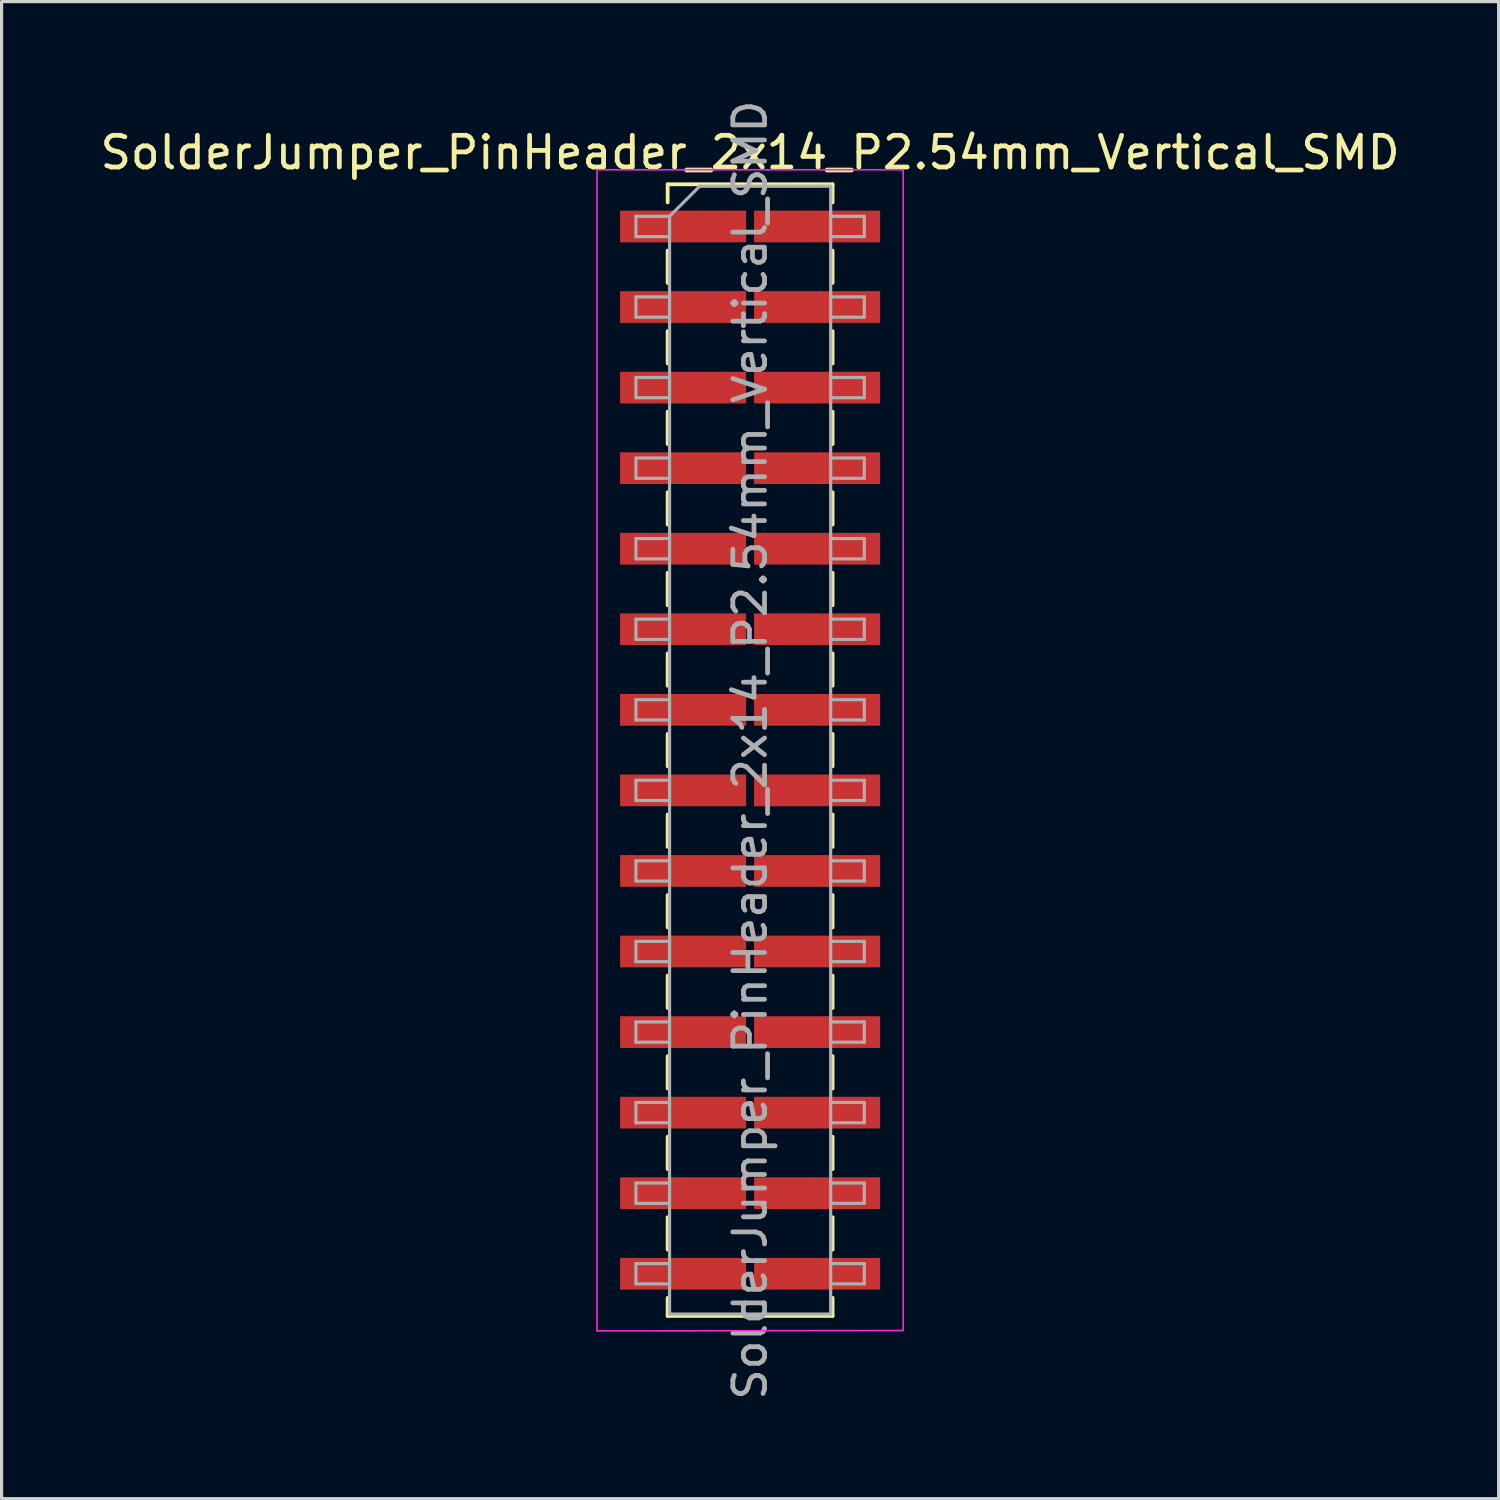
<source format=kicad_pcb>
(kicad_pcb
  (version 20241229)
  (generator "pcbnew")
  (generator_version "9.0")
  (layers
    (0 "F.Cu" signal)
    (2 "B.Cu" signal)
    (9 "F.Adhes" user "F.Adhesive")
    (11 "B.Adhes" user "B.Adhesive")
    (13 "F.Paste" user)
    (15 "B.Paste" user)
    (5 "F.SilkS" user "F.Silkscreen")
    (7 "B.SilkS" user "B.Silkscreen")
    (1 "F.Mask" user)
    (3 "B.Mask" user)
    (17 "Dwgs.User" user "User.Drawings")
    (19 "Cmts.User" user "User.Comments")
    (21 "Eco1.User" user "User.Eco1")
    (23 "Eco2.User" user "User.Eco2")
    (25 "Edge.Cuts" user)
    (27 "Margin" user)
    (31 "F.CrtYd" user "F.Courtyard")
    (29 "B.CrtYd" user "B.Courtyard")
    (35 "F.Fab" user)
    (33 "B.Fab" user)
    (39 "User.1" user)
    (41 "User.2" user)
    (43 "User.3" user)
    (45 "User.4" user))
  (footprint "SolderJumper_PinHeader_2x14_P2.54mm_Vertical_SMD"
    (layer "F.Cu")
    (at 20.601 20.601)
    (property "Reference" "SolderJumper_PinHeader_2x14_P2.54mm_Vertical_SMD" (at 0 -18.84 0) (layer "F.SilkS") (effects (font (size 1 1) (thickness 0.15))))
    (attr smd)
    (fp_line (start -2.6 -17.84) (end -2.6 -17.27) (stroke (width 0.12) (type solid)) (layer "F.SilkS"))
    (fp_line (start -2.6 -17.84) (end 2.6 -17.84) (stroke (width 0.12) (type solid)) (layer "F.SilkS"))
    (fp_line (start -2.6 -15.75) (end -2.6 -14.73) (stroke (width 0.12) (type solid)) (layer "F.SilkS"))
    (fp_line (start -2.6 -13.21) (end -2.6 -12.19) (stroke (width 0.12) (type solid)) (layer "F.SilkS"))
    (fp_line (start -2.6 -10.67) (end -2.6 -9.65) (stroke (width 0.12) (type solid)) (layer "F.SilkS"))
    (fp_line (start -2.6 -8.13) (end -2.6 -7.11) (stroke (width 0.12) (type solid)) (layer "F.SilkS"))
    (fp_line (start -2.6 -5.59) (end -2.6 -4.57) (stroke (width 0.12) (type solid)) (layer "F.SilkS"))
    (fp_line (start -2.6 -3.05) (end -2.6 -2.03) (stroke (width 0.12) (type solid)) (layer "F.SilkS"))
    (fp_line (start -2.6 -0.51) (end -2.6 0.51) (stroke (width 0.12) (type solid)) (layer "F.SilkS"))
    (fp_line (start -2.6 2.03) (end -2.6 3.05) (stroke (width 0.12) (type solid)) (layer "F.SilkS"))
    (fp_line (start -2.6 4.57) (end -2.6 5.59) (stroke (width 0.12) (type solid)) (layer "F.SilkS"))
    (fp_line (start -2.6 7.11) (end -2.6 8.13) (stroke (width 0.12) (type solid)) (layer "F.SilkS"))
    (fp_line (start -2.6 9.65) (end -2.6 10.67) (stroke (width 0.12) (type solid)) (layer "F.SilkS"))
    (fp_line (start -2.6 12.19) (end -2.6 13.21) (stroke (width 0.12) (type solid)) (layer "F.SilkS"))
    (fp_line (start -2.6 14.73) (end -2.6 15.75) (stroke (width 0.12) (type solid)) (layer "F.SilkS"))
    (fp_line (start -2.6 17.27) (end -2.6 17.84) (stroke (width 0.12) (type solid)) (layer "F.SilkS"))
    (fp_line (start -2.6 17.84) (end 2.6 17.84) (stroke (width 0.12) (type solid)) (layer "F.SilkS"))
    (fp_line (start 2.6 -17.84) (end 2.6 -17.27) (stroke (width 0.12) (type solid)) (layer "F.SilkS"))
    (fp_line (start 2.6 -15.75) (end 2.6 -14.73) (stroke (width 0.12) (type solid)) (layer "F.SilkS"))
    (fp_line (start 2.6 -13.21) (end 2.6 -12.19) (stroke (width 0.12) (type solid)) (layer "F.SilkS"))
    (fp_line (start 2.6 -10.67) (end 2.6 -9.65) (stroke (width 0.12) (type solid)) (layer "F.SilkS"))
    (fp_line (start 2.6 -8.13) (end 2.6 -7.11) (stroke (width 0.12) (type solid)) (layer "F.SilkS"))
    (fp_line (start 2.6 -5.59) (end 2.6 -4.57) (stroke (width 0.12) (type solid)) (layer "F.SilkS"))
    (fp_line (start 2.6 -3.05) (end 2.6 -2.03) (stroke (width 0.12) (type solid)) (layer "F.SilkS"))
    (fp_line (start 2.6 -0.51) (end 2.6 0.51) (stroke (width 0.12) (type solid)) (layer "F.SilkS"))
    (fp_line (start 2.6 2.03) (end 2.6 3.05) (stroke (width 0.12) (type solid)) (layer "F.SilkS"))
    (fp_line (start 2.6 4.57) (end 2.6 5.59) (stroke (width 0.12) (type solid)) (layer "F.SilkS"))
    (fp_line (start 2.6 7.11) (end 2.6 8.13) (stroke (width 0.12) (type solid)) (layer "F.SilkS"))
    (fp_line (start 2.6 9.65) (end 2.6 10.67) (stroke (width 0.12) (type solid)) (layer "F.SilkS"))
    (fp_line (start 2.6 12.19) (end 2.6 13.21) (stroke (width 0.12) (type solid)) (layer "F.SilkS"))
    (fp_line (start 2.6 14.73) (end 2.6 15.75) (stroke (width 0.12) (type solid)) (layer "F.SilkS"))
    (fp_line (start 2.6 17.27) (end 2.6 17.84) (stroke (width 0.12) (type solid)) (layer "F.SilkS"))
    (fp_line (start -4.826 -18.288) (end -4.826 18.312) (stroke (width 0.05) (type solid)) (layer "F.CrtYd"))
    (fp_line (start -4.826 18.312) (end 4.826 18.3) (stroke (width 0.05) (type solid)) (layer "F.CrtYd"))
    (fp_line (start 4.826 -18.3) (end -4.826 -18.3) (stroke (width 0.05) (type solid)) (layer "F.CrtYd"))
    (fp_line (start 4.826 18.3) (end 4.826 -18.3) (stroke (width 0.05) (type solid)) (layer "F.CrtYd"))
    (fp_line (start -3.6 -16.83) (end -3.6 -16.19) (stroke (width 0.1) (type solid)) (layer "F.Fab"))
    (fp_line (start -3.6 -16.19) (end -2.54 -16.19) (stroke (width 0.1) (type solid)) (layer "F.Fab"))
    (fp_line (start -3.6 -14.29) (end -3.6 -13.65) (stroke (width 0.1) (type solid)) (layer "F.Fab"))
    (fp_line (start -3.6 -13.65) (end -2.54 -13.65) (stroke (width 0.1) (type solid)) (layer "F.Fab"))
    (fp_line (start -3.6 -11.75) (end -3.6 -11.11) (stroke (width 0.1) (type solid)) (layer "F.Fab"))
    (fp_line (start -3.6 -11.11) (end -2.54 -11.11) (stroke (width 0.1) (type solid)) (layer "F.Fab"))
    (fp_line (start -3.6 -9.21) (end -3.6 -8.57) (stroke (width 0.1) (type solid)) (layer "F.Fab"))
    (fp_line (start -3.6 -8.57) (end -2.54 -8.57) (stroke (width 0.1) (type solid)) (layer "F.Fab"))
    (fp_line (start -3.6 -6.67) (end -3.6 -6.03) (stroke (width 0.1) (type solid)) (layer "F.Fab"))
    (fp_line (start -3.6 -6.03) (end -2.54 -6.03) (stroke (width 0.1) (type solid)) (layer "F.Fab"))
    (fp_line (start -3.6 -4.13) (end -3.6 -3.49) (stroke (width 0.1) (type solid)) (layer "F.Fab"))
    (fp_line (start -3.6 -3.49) (end -2.54 -3.49) (stroke (width 0.1) (type solid)) (layer "F.Fab"))
    (fp_line (start -3.6 -1.59) (end -3.6 -0.95) (stroke (width 0.1) (type solid)) (layer "F.Fab"))
    (fp_line (start -3.6 -0.95) (end -2.54 -0.95) (stroke (width 0.1) (type solid)) (layer "F.Fab"))
    (fp_line (start -3.6 0.95) (end -3.6 1.59) (stroke (width 0.1) (type solid)) (layer "F.Fab"))
    (fp_line (start -3.6 1.59) (end -2.54 1.59) (stroke (width 0.1) (type solid)) (layer "F.Fab"))
    (fp_line (start -3.6 3.49) (end -3.6 4.13) (stroke (width 0.1) (type solid)) (layer "F.Fab"))
    (fp_line (start -3.6 4.13) (end -2.54 4.13) (stroke (width 0.1) (type solid)) (layer "F.Fab"))
    (fp_line (start -3.6 6.03) (end -3.6 6.67) (stroke (width 0.1) (type solid)) (layer "F.Fab"))
    (fp_line (start -3.6 6.67) (end -2.54 6.67) (stroke (width 0.1) (type solid)) (layer "F.Fab"))
    (fp_line (start -3.6 8.57) (end -3.6 9.21) (stroke (width 0.1) (type solid)) (layer "F.Fab"))
    (fp_line (start -3.6 9.21) (end -2.54 9.21) (stroke (width 0.1) (type solid)) (layer "F.Fab"))
    (fp_line (start -3.6 11.11) (end -3.6 11.75) (stroke (width 0.1) (type solid)) (layer "F.Fab"))
    (fp_line (start -3.6 11.75) (end -2.54 11.75) (stroke (width 0.1) (type solid)) (layer "F.Fab"))
    (fp_line (start -3.6 13.65) (end -3.6 14.29) (stroke (width 0.1) (type solid)) (layer "F.Fab"))
    (fp_line (start -3.6 14.29) (end -2.54 14.29) (stroke (width 0.1) (type solid)) (layer "F.Fab"))
    (fp_line (start -3.6 16.19) (end -3.6 16.83) (stroke (width 0.1) (type solid)) (layer "F.Fab"))
    (fp_line (start -3.6 16.83) (end -2.54 16.83) (stroke (width 0.1) (type solid)) (layer "F.Fab"))
    (fp_line (start -2.54 -16.83) (end -3.6 -16.83) (stroke (width 0.1) (type solid)) (layer "F.Fab"))
    (fp_line (start -2.54 -16.83) (end -1.59 -17.78) (stroke (width 0.1) (type solid)) (layer "F.Fab"))
    (fp_line (start -2.54 -14.29) (end -3.6 -14.29) (stroke (width 0.1) (type solid)) (layer "F.Fab"))
    (fp_line (start -2.54 -11.75) (end -3.6 -11.75) (stroke (width 0.1) (type solid)) (layer "F.Fab"))
    (fp_line (start -2.54 -9.21) (end -3.6 -9.21) (stroke (width 0.1) (type solid)) (layer "F.Fab"))
    (fp_line (start -2.54 -6.67) (end -3.6 -6.67) (stroke (width 0.1) (type solid)) (layer "F.Fab"))
    (fp_line (start -2.54 -4.13) (end -3.6 -4.13) (stroke (width 0.1) (type solid)) (layer "F.Fab"))
    (fp_line (start -2.54 -1.59) (end -3.6 -1.59) (stroke (width 0.1) (type solid)) (layer "F.Fab"))
    (fp_line (start -2.54 0.95) (end -3.6 0.95) (stroke (width 0.1) (type solid)) (layer "F.Fab"))
    (fp_line (start -2.54 3.49) (end -3.6 3.49) (stroke (width 0.1) (type solid)) (layer "F.Fab"))
    (fp_line (start -2.54 6.03) (end -3.6 6.03) (stroke (width 0.1) (type solid)) (layer "F.Fab"))
    (fp_line (start -2.54 8.57) (end -3.6 8.57) (stroke (width 0.1) (type solid)) (layer "F.Fab"))
    (fp_line (start -2.54 11.11) (end -3.6 11.11) (stroke (width 0.1) (type solid)) (layer "F.Fab"))
    (fp_line (start -2.54 13.65) (end -3.6 13.65) (stroke (width 0.1) (type solid)) (layer "F.Fab"))
    (fp_line (start -2.54 16.19) (end -3.6 16.19) (stroke (width 0.1) (type solid)) (layer "F.Fab"))
    (fp_line (start -2.54 17.78) (end -2.54 -16.83) (stroke (width 0.1) (type solid)) (layer "F.Fab"))
    (fp_line (start -1.59 -17.78) (end 2.54 -17.78) (stroke (width 0.1) (type solid)) (layer "F.Fab"))
    (fp_line (start 2.54 -17.78) (end 2.54 17.78) (stroke (width 0.1) (type solid)) (layer "F.Fab"))
    (fp_line (start 2.54 -16.83) (end 3.6 -16.83) (stroke (width 0.1) (type solid)) (layer "F.Fab"))
    (fp_line (start 2.54 -14.29) (end 3.6 -14.29) (stroke (width 0.1) (type solid)) (layer "F.Fab"))
    (fp_line (start 2.54 -11.75) (end 3.6 -11.75) (stroke (width 0.1) (type solid)) (layer "F.Fab"))
    (fp_line (start 2.54 -9.21) (end 3.6 -9.21) (stroke (width 0.1) (type solid)) (layer "F.Fab"))
    (fp_line (start 2.54 -6.67) (end 3.6 -6.67) (stroke (width 0.1) (type solid)) (layer "F.Fab"))
    (fp_line (start 2.54 -4.13) (end 3.6 -4.13) (stroke (width 0.1) (type solid)) (layer "F.Fab"))
    (fp_line (start 2.54 -1.59) (end 3.6 -1.59) (stroke (width 0.1) (type solid)) (layer "F.Fab"))
    (fp_line (start 2.54 0.95) (end 3.6 0.95) (stroke (width 0.1) (type solid)) (layer "F.Fab"))
    (fp_line (start 2.54 3.49) (end 3.6 3.49) (stroke (width 0.1) (type solid)) (layer "F.Fab"))
    (fp_line (start 2.54 6.03) (end 3.6 6.03) (stroke (width 0.1) (type solid)) (layer "F.Fab"))
    (fp_line (start 2.54 8.57) (end 3.6 8.57) (stroke (width 0.1) (type solid)) (layer "F.Fab"))
    (fp_line (start 2.54 11.11) (end 3.6 11.11) (stroke (width 0.1) (type solid)) (layer "F.Fab"))
    (fp_line (start 2.54 13.65) (end 3.6 13.65) (stroke (width 0.1) (type solid)) (layer "F.Fab"))
    (fp_line (start 2.54 16.19) (end 3.6 16.19) (stroke (width 0.1) (type solid)) (layer "F.Fab"))
    (fp_line (start 2.54 17.78) (end -2.54 17.78) (stroke (width 0.1) (type solid)) (layer "F.Fab"))
    (fp_line (start 3.6 -16.83) (end 3.6 -16.19) (stroke (width 0.1) (type solid)) (layer "F.Fab"))
    (fp_line (start 3.6 -16.19) (end 2.54 -16.19) (stroke (width 0.1) (type solid)) (layer "F.Fab"))
    (fp_line (start 3.6 -14.29) (end 3.6 -13.65) (stroke (width 0.1) (type solid)) (layer "F.Fab"))
    (fp_line (start 3.6 -13.65) (end 2.54 -13.65) (stroke (width 0.1) (type solid)) (layer "F.Fab"))
    (fp_line (start 3.6 -11.75) (end 3.6 -11.11) (stroke (width 0.1) (type solid)) (layer "F.Fab"))
    (fp_line (start 3.6 -11.11) (end 2.54 -11.11) (stroke (width 0.1) (type solid)) (layer "F.Fab"))
    (fp_line (start 3.6 -9.21) (end 3.6 -8.57) (stroke (width 0.1) (type solid)) (layer "F.Fab"))
    (fp_line (start 3.6 -8.57) (end 2.54 -8.57) (stroke (width 0.1) (type solid)) (layer "F.Fab"))
    (fp_line (start 3.6 -6.67) (end 3.6 -6.03) (stroke (width 0.1) (type solid)) (layer "F.Fab"))
    (fp_line (start 3.6 -6.03) (end 2.54 -6.03) (stroke (width 0.1) (type solid)) (layer "F.Fab"))
    (fp_line (start 3.6 -4.13) (end 3.6 -3.49) (stroke (width 0.1) (type solid)) (layer "F.Fab"))
    (fp_line (start 3.6 -3.49) (end 2.54 -3.49) (stroke (width 0.1) (type solid)) (layer "F.Fab"))
    (fp_line (start 3.6 -1.59) (end 3.6 -0.95) (stroke (width 0.1) (type solid)) (layer "F.Fab"))
    (fp_line (start 3.6 -0.95) (end 2.54 -0.95) (stroke (width 0.1) (type solid)) (layer "F.Fab"))
    (fp_line (start 3.6 0.95) (end 3.6 1.59) (stroke (width 0.1) (type solid)) (layer "F.Fab"))
    (fp_line (start 3.6 1.59) (end 2.54 1.59) (stroke (width 0.1) (type solid)) (layer "F.Fab"))
    (fp_line (start 3.6 3.49) (end 3.6 4.13) (stroke (width 0.1) (type solid)) (layer "F.Fab"))
    (fp_line (start 3.6 4.13) (end 2.54 4.13) (stroke (width 0.1) (type solid)) (layer "F.Fab"))
    (fp_line (start 3.6 6.03) (end 3.6 6.67) (stroke (width 0.1) (type solid)) (layer "F.Fab"))
    (fp_line (start 3.6 6.67) (end 2.54 6.67) (stroke (width 0.1) (type solid)) (layer "F.Fab"))
    (fp_line (start 3.6 8.57) (end 3.6 9.21) (stroke (width 0.1) (type solid)) (layer "F.Fab"))
    (fp_line (start 3.6 9.21) (end 2.54 9.21) (stroke (width 0.1) (type solid)) (layer "F.Fab"))
    (fp_line (start 3.6 11.11) (end 3.6 11.75) (stroke (width 0.1) (type solid)) (layer "F.Fab"))
    (fp_line (start 3.6 11.75) (end 2.54 11.75) (stroke (width 0.1) (type solid)) (layer "F.Fab"))
    (fp_line (start 3.6 13.65) (end 3.6 14.29) (stroke (width 0.1) (type solid)) (layer "F.Fab"))
    (fp_line (start 3.6 14.29) (end 2.54 14.29) (stroke (width 0.1) (type solid)) (layer "F.Fab"))
    (fp_line (start 3.6 16.19) (end 3.6 16.83) (stroke (width 0.1) (type solid)) (layer "F.Fab"))
    (fp_line (start 3.6 16.83) (end 2.54 16.83) (stroke (width 0.1) (type solid)) (layer "F.Fab"))
    (fp_text user "${REFERENCE}" (at 0 0 270) (layer "F.Fab") (effects (font (size 1 1) (thickness 0.15))))
    (pad "1" smd rect (at -2.112 -16.51) (size 3.975 1) (layers "F.Cu" "F.Mask" "F.Paste"))
    (pad "2" smd rect (at 2.112 -16.51) (size 3.975 1) (layers "F.Cu" "F.Mask" "F.Paste"))
    (pad "3" smd rect (at -2.112 -13.97) (size 3.975 1) (layers "F.Cu" "F.Mask" "F.Paste"))
    (pad "4" smd rect (at 2.112 -13.97) (size 3.975 1) (layers "F.Cu" "F.Mask" "F.Paste"))
    (pad "5" smd rect (at -2.112 -11.43) (size 3.975 1) (layers "F.Cu" "F.Mask" "F.Paste"))
    (pad "6" smd rect (at 2.112 -11.43) (size 3.975 1) (layers "F.Cu" "F.Mask" "F.Paste"))
    (pad "7" smd rect (at -2.112 -8.89) (size 3.975 1) (layers "F.Cu" "F.Mask" "F.Paste"))
    (pad "8" smd rect (at 2.112 -8.89) (size 3.975 1) (layers "F.Cu" "F.Mask" "F.Paste"))
    (pad "9" smd rect (at -2.112 -6.35) (size 3.975 1) (layers "F.Cu" "F.Mask" "F.Paste"))
    (pad "10" smd rect (at 2.112 -6.35) (size 3.975 1) (layers "F.Cu" "F.Mask" "F.Paste"))
    (pad "11" smd rect (at -2.112 -3.81) (size 3.975 1) (layers "F.Cu" "F.Mask" "F.Paste"))
    (pad "12" smd rect (at 2.112 -3.81) (size 3.975 1) (layers "F.Cu" "F.Mask" "F.Paste"))
    (pad "13" smd rect (at -2.112 -1.27) (size 3.975 1) (layers "F.Cu" "F.Mask" "F.Paste"))
    (pad "14" smd rect (at 2.112 -1.27) (size 3.975 1) (layers "F.Cu" "F.Mask" "F.Paste"))
    (pad "15" smd rect (at -2.112 1.27) (size 3.975 1) (layers "F.Cu" "F.Mask" "F.Paste"))
    (pad "16" smd rect (at 2.112 1.27) (size 3.975 1) (layers "F.Cu" "F.Mask" "F.Paste"))
    (pad "17" smd rect (at -2.112 3.81) (size 3.975 1) (layers "F.Cu" "F.Mask" "F.Paste"))
    (pad "18" smd rect (at 2.112 3.81) (size 3.975 1) (layers "F.Cu" "F.Mask" "F.Paste"))
    (pad "19" smd rect (at -2.112 6.35) (size 3.975 1) (layers "F.Cu" "F.Mask" "F.Paste"))
    (pad "20" smd rect (at 2.112 6.35) (size 3.975 1) (layers "F.Cu" "F.Mask" "F.Paste"))
    (pad "21" smd rect (at -2.112 8.89) (size 3.975 1) (layers "F.Cu" "F.Mask" "F.Paste"))
    (pad "22" smd rect (at 2.112 8.89) (size 3.975 1) (layers "F.Cu" "F.Mask" "F.Paste"))
    (pad "23" smd rect (at -2.112 11.43) (size 3.975 1) (layers "F.Cu" "F.Mask" "F.Paste"))
    (pad "24" smd rect (at 2.112 11.43) (size 3.975 1) (layers "F.Cu" "F.Mask" "F.Paste"))
    (pad "25" smd rect (at -2.112 13.97) (size 3.975 1) (layers "F.Cu" "F.Mask" "F.Paste"))
    (pad "26" smd rect (at 2.112 13.97) (size 3.975 1) (layers "F.Cu" "F.Mask" "F.Paste"))
    (pad "27" smd rect (at -2.112 16.51) (size 3.975 1) (layers "F.Cu" "F.Mask" "F.Paste"))
    (pad "28" smd rect (at 2.112 16.51) (size 3.975 1) (layers "F.Cu" "F.Mask" "F.Paste")))
  (gr_rect
    (start -3 -3)
    (end 44.202 44.202)
    (stroke (width 0.1) (type default))
    (fill no)
    (layer "Edge.Cuts")))
</source>
